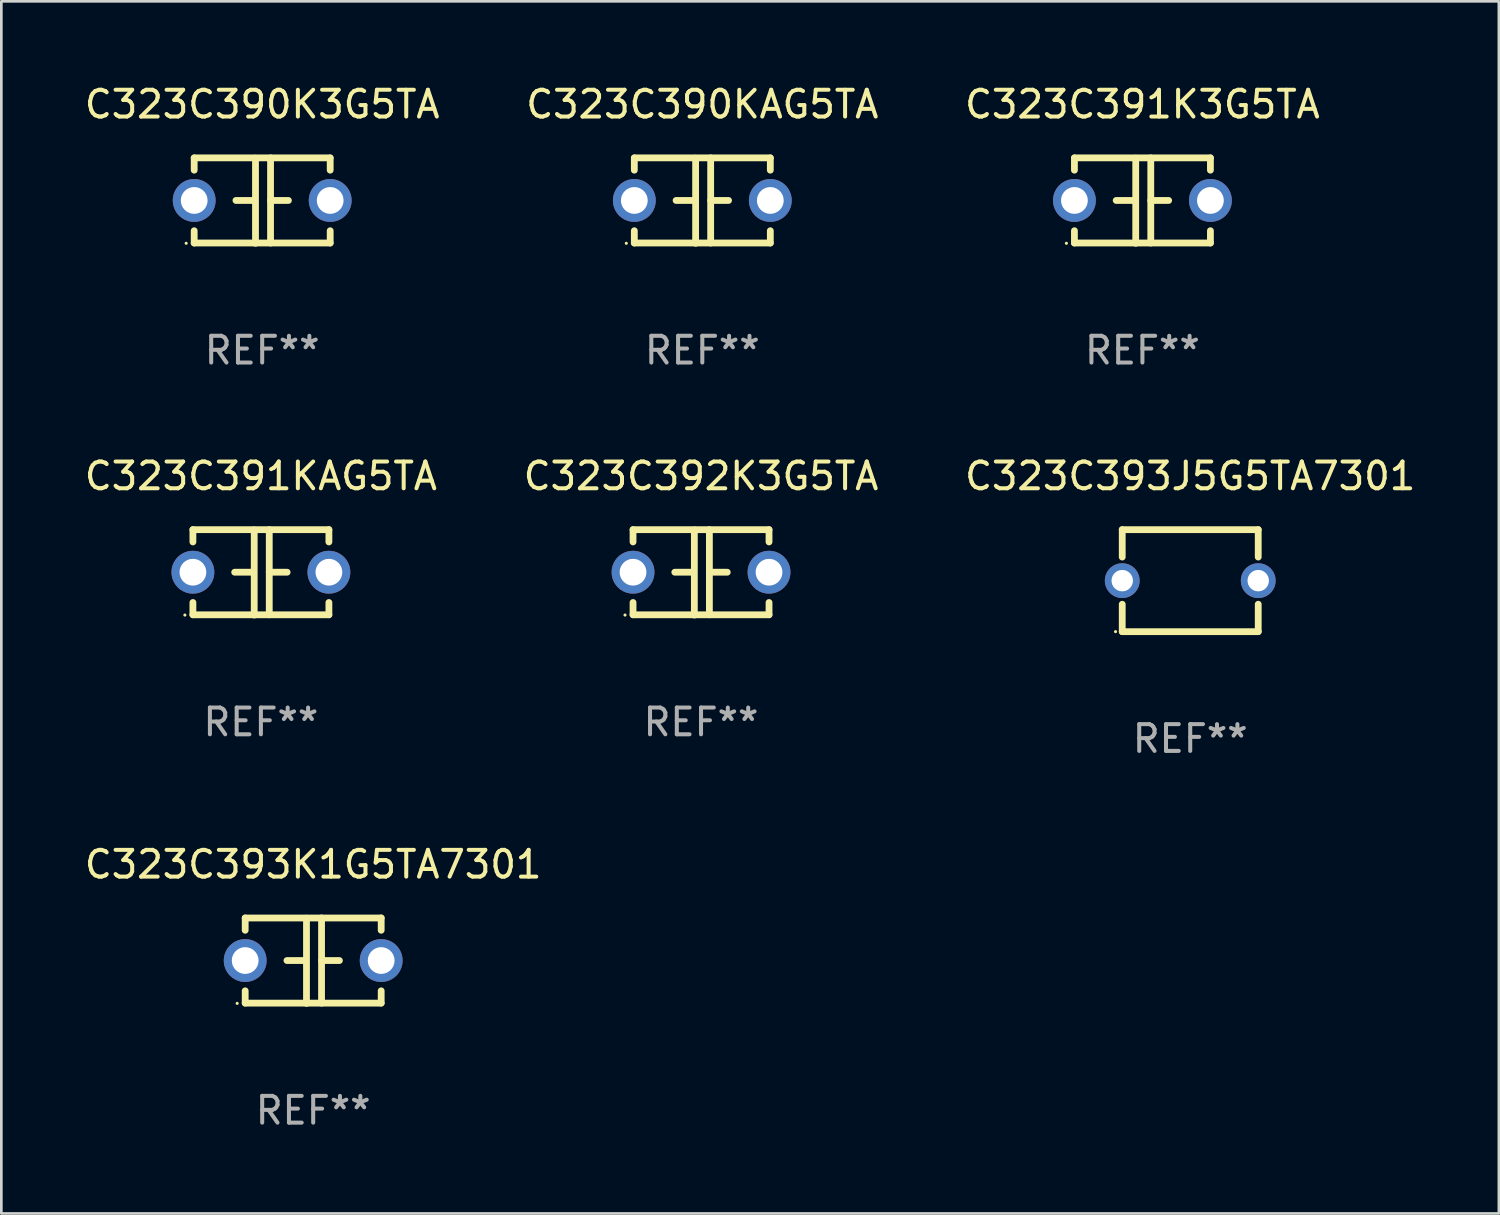
<source format=kicad_pcb>
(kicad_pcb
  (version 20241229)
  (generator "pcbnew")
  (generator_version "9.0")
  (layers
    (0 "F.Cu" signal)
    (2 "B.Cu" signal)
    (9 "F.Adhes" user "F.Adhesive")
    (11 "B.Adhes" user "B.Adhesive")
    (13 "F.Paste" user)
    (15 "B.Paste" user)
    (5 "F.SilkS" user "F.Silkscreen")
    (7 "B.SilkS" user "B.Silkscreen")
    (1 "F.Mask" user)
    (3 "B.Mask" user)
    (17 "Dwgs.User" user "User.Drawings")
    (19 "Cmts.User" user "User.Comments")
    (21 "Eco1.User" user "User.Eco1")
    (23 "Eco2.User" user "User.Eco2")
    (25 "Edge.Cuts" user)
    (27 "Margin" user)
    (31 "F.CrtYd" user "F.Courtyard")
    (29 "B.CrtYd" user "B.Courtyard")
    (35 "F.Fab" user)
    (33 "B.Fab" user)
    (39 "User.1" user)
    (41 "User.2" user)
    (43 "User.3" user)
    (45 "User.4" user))
  (footprint "C323C390KAG5TA"
    (layer "F.Cu")
    (at 23.185 4.443)
    (property "Reference" "C323C390KAG5TA" (at 0 -3.595 0) (layer "F.SilkS") (effects (font (size 1 1) (thickness 0.15))))
    (attr through_hole)
    (fp_line (start -2.54 -1.595) (end -2.54 -1.136) (stroke (width 0.254) (type solid)) (layer "F.SilkS"))
    (fp_line (start -2.54 -1.595) (end 2.54 -1.595) (stroke (width 0.254) (type solid)) (layer "F.SilkS"))
    (fp_line (start -2.54 1.126) (end -2.54 1.585) (stroke (width 0.254) (type solid)) (layer "F.SilkS"))
    (fp_line (start -0.312 -0.005) (end -0.98 -0.005) (stroke (width 0.254) (type solid)) (layer "F.SilkS"))
    (fp_line (start -0.25 -1.585) (end -0.25 1.595) (stroke (width 0.254) (type solid)) (layer "F.SilkS"))
    (fp_line (start 0.312 -1.595) (end 0.312 1.585) (stroke (width 0.254) (type solid)) (layer "F.SilkS"))
    (fp_line (start 0.312 -0.005) (end 0.98 -0.005) (stroke (width 0.254) (type solid)) (layer "F.SilkS"))
    (fp_line (start 2.54 -1.595) (end 2.54 -1.136) (stroke (width 0.254) (type solid)) (layer "F.SilkS"))
    (fp_line (start 2.54 1.126) (end 2.54 1.585) (stroke (width 0.254) (type solid)) (layer "F.SilkS"))
    (fp_line (start 2.54 1.585) (end -2.54 1.585) (stroke (width 0.254) (type solid)) (layer "F.SilkS"))
    (fp_circle (center -2.84 1.595) (end -2.81 1.595) (stroke (width 0.06) (type solid)) (fill no) (layer "F.SilkS"))
    (fp_text user "REF**" (at 0 5.595 0) (layer "F.Fab") (effects (font (size 1 1) (thickness 0.15))))
    (pad "1" thru_hole circle (at -2.54 -0.005) (size 1.6 1.6) (drill 1) (layers "*.Cu" "*.Mask"))
    (pad "2" thru_hole circle (at 2.54 -0.005) (size 1.6 1.6) (drill 1) (layers "*.Cu" "*.Mask")))
  (footprint "C323C391KAG5TA"
    (layer "F.Cu")
    (at 6.696 18.33)
    (property "Reference" "C323C391KAG5TA" (at 0 -3.595 0) (layer "F.SilkS") (effects (font (size 1 1) (thickness 0.15))))
    (attr through_hole)
    (fp_line (start -2.54 -1.595) (end -2.54 -1.136) (stroke (width 0.254) (type solid)) (layer "F.SilkS"))
    (fp_line (start -2.54 -1.595) (end 2.54 -1.595) (stroke (width 0.254) (type solid)) (layer "F.SilkS"))
    (fp_line (start -2.54 1.126) (end -2.54 1.585) (stroke (width 0.254) (type solid)) (layer "F.SilkS"))
    (fp_line (start -0.312 -0.005) (end -0.98 -0.005) (stroke (width 0.254) (type solid)) (layer "F.SilkS"))
    (fp_line (start -0.25 -1.585) (end -0.25 1.595) (stroke (width 0.254) (type solid)) (layer "F.SilkS"))
    (fp_line (start 0.312 -1.595) (end 0.312 1.585) (stroke (width 0.254) (type solid)) (layer "F.SilkS"))
    (fp_line (start 0.312 -0.005) (end 0.98 -0.005) (stroke (width 0.254) (type solid)) (layer "F.SilkS"))
    (fp_line (start 2.54 -1.595) (end 2.54 -1.136) (stroke (width 0.254) (type solid)) (layer "F.SilkS"))
    (fp_line (start 2.54 1.126) (end 2.54 1.585) (stroke (width 0.254) (type solid)) (layer "F.SilkS"))
    (fp_line (start 2.54 1.585) (end -2.54 1.585) (stroke (width 0.254) (type solid)) (layer "F.SilkS"))
    (fp_circle (center -2.84 1.595) (end -2.81 1.595) (stroke (width 0.06) (type solid)) (fill no) (layer "F.SilkS"))
    (fp_text user "REF**" (at 0 5.595 0) (layer "F.Fab") (effects (font (size 1 1) (thickness 0.15))))
    (pad "1" thru_hole circle (at -2.54 -0.005) (size 1.6 1.6) (drill 1) (layers "*.Cu" "*.Mask"))
    (pad "2" thru_hole circle (at 2.54 -0.005) (size 1.6 1.6) (drill 1) (layers "*.Cu" "*.Mask")))
  (footprint "C323C391K3G5TA"
    (layer "F.Cu")
    (at 39.625 4.443)
    (property "Reference" "C323C391K3G5TA" (at 0 -3.595 0) (layer "F.SilkS") (effects (font (size 1 1) (thickness 0.15))))
    (attr through_hole)
    (fp_line (start -2.54 -1.595) (end -2.54 -1.136) (stroke (width 0.254) (type solid)) (layer "F.SilkS"))
    (fp_line (start -2.54 -1.595) (end 2.54 -1.595) (stroke (width 0.254) (type solid)) (layer "F.SilkS"))
    (fp_line (start -2.54 1.126) (end -2.54 1.585) (stroke (width 0.254) (type solid)) (layer "F.SilkS"))
    (fp_line (start -0.312 -0.005) (end -0.98 -0.005) (stroke (width 0.254) (type solid)) (layer "F.SilkS"))
    (fp_line (start -0.25 -1.585) (end -0.25 1.595) (stroke (width 0.254) (type solid)) (layer "F.SilkS"))
    (fp_line (start 0.312 -1.595) (end 0.312 1.585) (stroke (width 0.254) (type solid)) (layer "F.SilkS"))
    (fp_line (start 0.312 -0.005) (end 0.98 -0.005) (stroke (width 0.254) (type solid)) (layer "F.SilkS"))
    (fp_line (start 2.54 -1.595) (end 2.54 -1.136) (stroke (width 0.254) (type solid)) (layer "F.SilkS"))
    (fp_line (start 2.54 1.126) (end 2.54 1.585) (stroke (width 0.254) (type solid)) (layer "F.SilkS"))
    (fp_line (start 2.54 1.585) (end -2.54 1.585) (stroke (width 0.254) (type solid)) (layer "F.SilkS"))
    (fp_circle (center -2.84 1.595) (end -2.81 1.595) (stroke (width 0.06) (type solid)) (fill no) (layer "F.SilkS"))
    (fp_text user "REF**" (at 0 5.595 0) (layer "F.Fab") (effects (font (size 1 1) (thickness 0.15))))
    (pad "1" thru_hole circle (at -2.54 -0.005) (size 1.6 1.6) (drill 1) (layers "*.Cu" "*.Mask"))
    (pad "2" thru_hole circle (at 2.54 -0.005) (size 1.6 1.6) (drill 1) (layers "*.Cu" "*.Mask")))
  (footprint "C323C390K3G5TA"
    (layer "F.Cu")
    (at 6.744 4.443)
    (property "Reference" "C323C390K3G5TA" (at 0 -3.595 0) (layer "F.SilkS") (effects (font (size 1 1) (thickness 0.15))))
    (attr through_hole)
    (fp_line (start -2.54 -1.595) (end -2.54 -1.136) (stroke (width 0.254) (type solid)) (layer "F.SilkS"))
    (fp_line (start -2.54 -1.595) (end 2.54 -1.595) (stroke (width 0.254) (type solid)) (layer "F.SilkS"))
    (fp_line (start -2.54 1.126) (end -2.54 1.585) (stroke (width 0.254) (type solid)) (layer "F.SilkS"))
    (fp_line (start -0.312 -0.005) (end -0.98 -0.005) (stroke (width 0.254) (type solid)) (layer "F.SilkS"))
    (fp_line (start -0.25 -1.585) (end -0.25 1.595) (stroke (width 0.254) (type solid)) (layer "F.SilkS"))
    (fp_line (start 0.312 -1.595) (end 0.312 1.585) (stroke (width 0.254) (type solid)) (layer "F.SilkS"))
    (fp_line (start 0.312 -0.005) (end 0.98 -0.005) (stroke (width 0.254) (type solid)) (layer "F.SilkS"))
    (fp_line (start 2.54 -1.595) (end 2.54 -1.136) (stroke (width 0.254) (type solid)) (layer "F.SilkS"))
    (fp_line (start 2.54 1.126) (end 2.54 1.585) (stroke (width 0.254) (type solid)) (layer "F.SilkS"))
    (fp_line (start 2.54 1.585) (end -2.54 1.585) (stroke (width 0.254) (type solid)) (layer "F.SilkS"))
    (fp_circle (center -2.84 1.595) (end -2.81 1.595) (stroke (width 0.06) (type solid)) (fill no) (layer "F.SilkS"))
    (fp_text user "REF**" (at 0 5.595 0) (layer "F.Fab") (effects (font (size 1 1) (thickness 0.15))))
    (pad "1" thru_hole circle (at -2.54 -0.005) (size 1.6 1.6) (drill 1) (layers "*.Cu" "*.Mask"))
    (pad "2" thru_hole circle (at 2.54 -0.005) (size 1.6 1.6) (drill 1) (layers "*.Cu" "*.Mask")))
  (footprint "C323C393K1G5TA7301"
    (layer "F.Cu")
    (at 8.649 32.836)
    (property "Reference" "C323C393K1G5TA7301" (at 0 -3.595 0) (layer "F.SilkS") (effects (font (size 1 1) (thickness 0.15))))
    (attr through_hole)
    (fp_line (start -2.54 -1.595) (end -2.54 -1.136) (stroke (width 0.254) (type solid)) (layer "F.SilkS"))
    (fp_line (start -2.54 -1.595) (end 2.54 -1.595) (stroke (width 0.254) (type solid)) (layer "F.SilkS"))
    (fp_line (start -2.54 1.126) (end -2.54 1.585) (stroke (width 0.254) (type solid)) (layer "F.SilkS"))
    (fp_line (start -0.312 -0.005) (end -0.98 -0.005) (stroke (width 0.254) (type solid)) (layer "F.SilkS"))
    (fp_line (start -0.25 -1.585) (end -0.25 1.595) (stroke (width 0.254) (type solid)) (layer "F.SilkS"))
    (fp_line (start 0.312 -1.595) (end 0.312 1.585) (stroke (width 0.254) (type solid)) (layer "F.SilkS"))
    (fp_line (start 0.312 -0.005) (end 0.98 -0.005) (stroke (width 0.254) (type solid)) (layer "F.SilkS"))
    (fp_line (start 2.54 -1.595) (end 2.54 -1.136) (stroke (width 0.254) (type solid)) (layer "F.SilkS"))
    (fp_line (start 2.54 1.126) (end 2.54 1.585) (stroke (width 0.254) (type solid)) (layer "F.SilkS"))
    (fp_line (start 2.54 1.585) (end -2.54 1.585) (stroke (width 0.254) (type solid)) (layer "F.SilkS"))
    (fp_circle (center -2.84 1.595) (end -2.81 1.595) (stroke (width 0.06) (type solid)) (fill no) (layer "F.SilkS"))
    (fp_text user "REF**" (at 0 5.595 0) (layer "F.Fab") (effects (font (size 1 1) (thickness 0.15))))
    (pad "1" thru_hole circle (at -2.54 -0.005) (size 1.6 1.6) (drill 1) (layers "*.Cu" "*.Mask"))
    (pad "2" thru_hole circle (at 2.54 -0.005) (size 1.6 1.6) (drill 1) (layers "*.Cu" "*.Mask")))
  (footprint "C323C393J5G5TA7301"
    (layer "F.Cu")
    (at 41.411 18.64)
    (property "Reference" "C323C393J5G5TA7301" (at 0 -3.905 0) (layer "F.SilkS") (effects (font (size 1 1) (thickness 0.15))))
    (attr through_hole)
    (fp_line (start -2.54 -1.905) (end -2.54 -0.881) (stroke (width 0.254) (type solid)) (layer "F.SilkS"))
    (fp_line (start -2.54 0.881) (end -2.54 1.905) (stroke (width 0.254) (type solid)) (layer "F.SilkS"))
    (fp_line (start -2.54 1.905) (end 2.54 1.905) (stroke (width 0.254) (type solid)) (layer "F.SilkS"))
    (fp_line (start 2.54 -1.905) (end -2.54 -1.905) (stroke (width 0.254) (type solid)) (layer "F.SilkS"))
    (fp_line (start 2.54 -0.881) (end 2.54 -1.905) (stroke (width 0.254) (type solid)) (layer "F.SilkS"))
    (fp_line (start 2.54 1.905) (end 2.54 0.881) (stroke (width 0.254) (type solid)) (layer "F.SilkS"))
    (fp_circle (center -2.79 1.905) (end -2.76 1.905) (stroke (width 0.06) (type solid)) (fill no) (layer "F.SilkS"))
    (fp_text user "REF**" (at 0 5.905 0) (layer "F.Fab") (effects (font (size 1 1) (thickness 0.15))))
    (pad "1" thru_hole circle (at -2.54 0) (size 1.3 1.3) (drill 0.8) (layers "*.Cu" "*.Mask"))
    (pad "2" thru_hole circle (at 2.54 0) (size 1.3 1.3) (drill 0.8) (layers "*.Cu" "*.Mask")))
  (footprint "C323C392K3G5TA"
    (layer "F.Cu")
    (at 23.137 18.33)
    (property "Reference" "C323C392K3G5TA" (at 0 -3.595 0) (layer "F.SilkS") (effects (font (size 1 1) (thickness 0.15))))
    (attr through_hole)
    (fp_line (start -2.54 -1.595) (end -2.54 -1.136) (stroke (width 0.254) (type solid)) (layer "F.SilkS"))
    (fp_line (start -2.54 -1.595) (end 2.54 -1.595) (stroke (width 0.254) (type solid)) (layer "F.SilkS"))
    (fp_line (start -2.54 1.126) (end -2.54 1.585) (stroke (width 0.254) (type solid)) (layer "F.SilkS"))
    (fp_line (start -0.312 -0.005) (end -0.98 -0.005) (stroke (width 0.254) (type solid)) (layer "F.SilkS"))
    (fp_line (start -0.25 -1.585) (end -0.25 1.595) (stroke (width 0.254) (type solid)) (layer "F.SilkS"))
    (fp_line (start 0.312 -1.595) (end 0.312 1.585) (stroke (width 0.254) (type solid)) (layer "F.SilkS"))
    (fp_line (start 0.312 -0.005) (end 0.98 -0.005) (stroke (width 0.254) (type solid)) (layer "F.SilkS"))
    (fp_line (start 2.54 -1.595) (end 2.54 -1.136) (stroke (width 0.254) (type solid)) (layer "F.SilkS"))
    (fp_line (start 2.54 1.126) (end 2.54 1.585) (stroke (width 0.254) (type solid)) (layer "F.SilkS"))
    (fp_line (start 2.54 1.585) (end -2.54 1.585) (stroke (width 0.254) (type solid)) (layer "F.SilkS"))
    (fp_circle (center -2.84 1.595) (end -2.81 1.595) (stroke (width 0.06) (type solid)) (fill no) (layer "F.SilkS"))
    (fp_text user "REF**" (at 0 5.595 0) (layer "F.Fab") (effects (font (size 1 1) (thickness 0.15))))
    (pad "1" thru_hole circle (at -2.54 -0.005) (size 1.6 1.6) (drill 1) (layers "*.Cu" "*.Mask"))
    (pad "2" thru_hole circle (at 2.54 -0.005) (size 1.6 1.6) (drill 1) (layers "*.Cu" "*.Mask")))
  (gr_rect
    (start -3 -3)
    (end 52.94 42.279)
    (stroke (width 0.1) (type default))
    (fill no)
    (layer "Edge.Cuts")))
</source>
